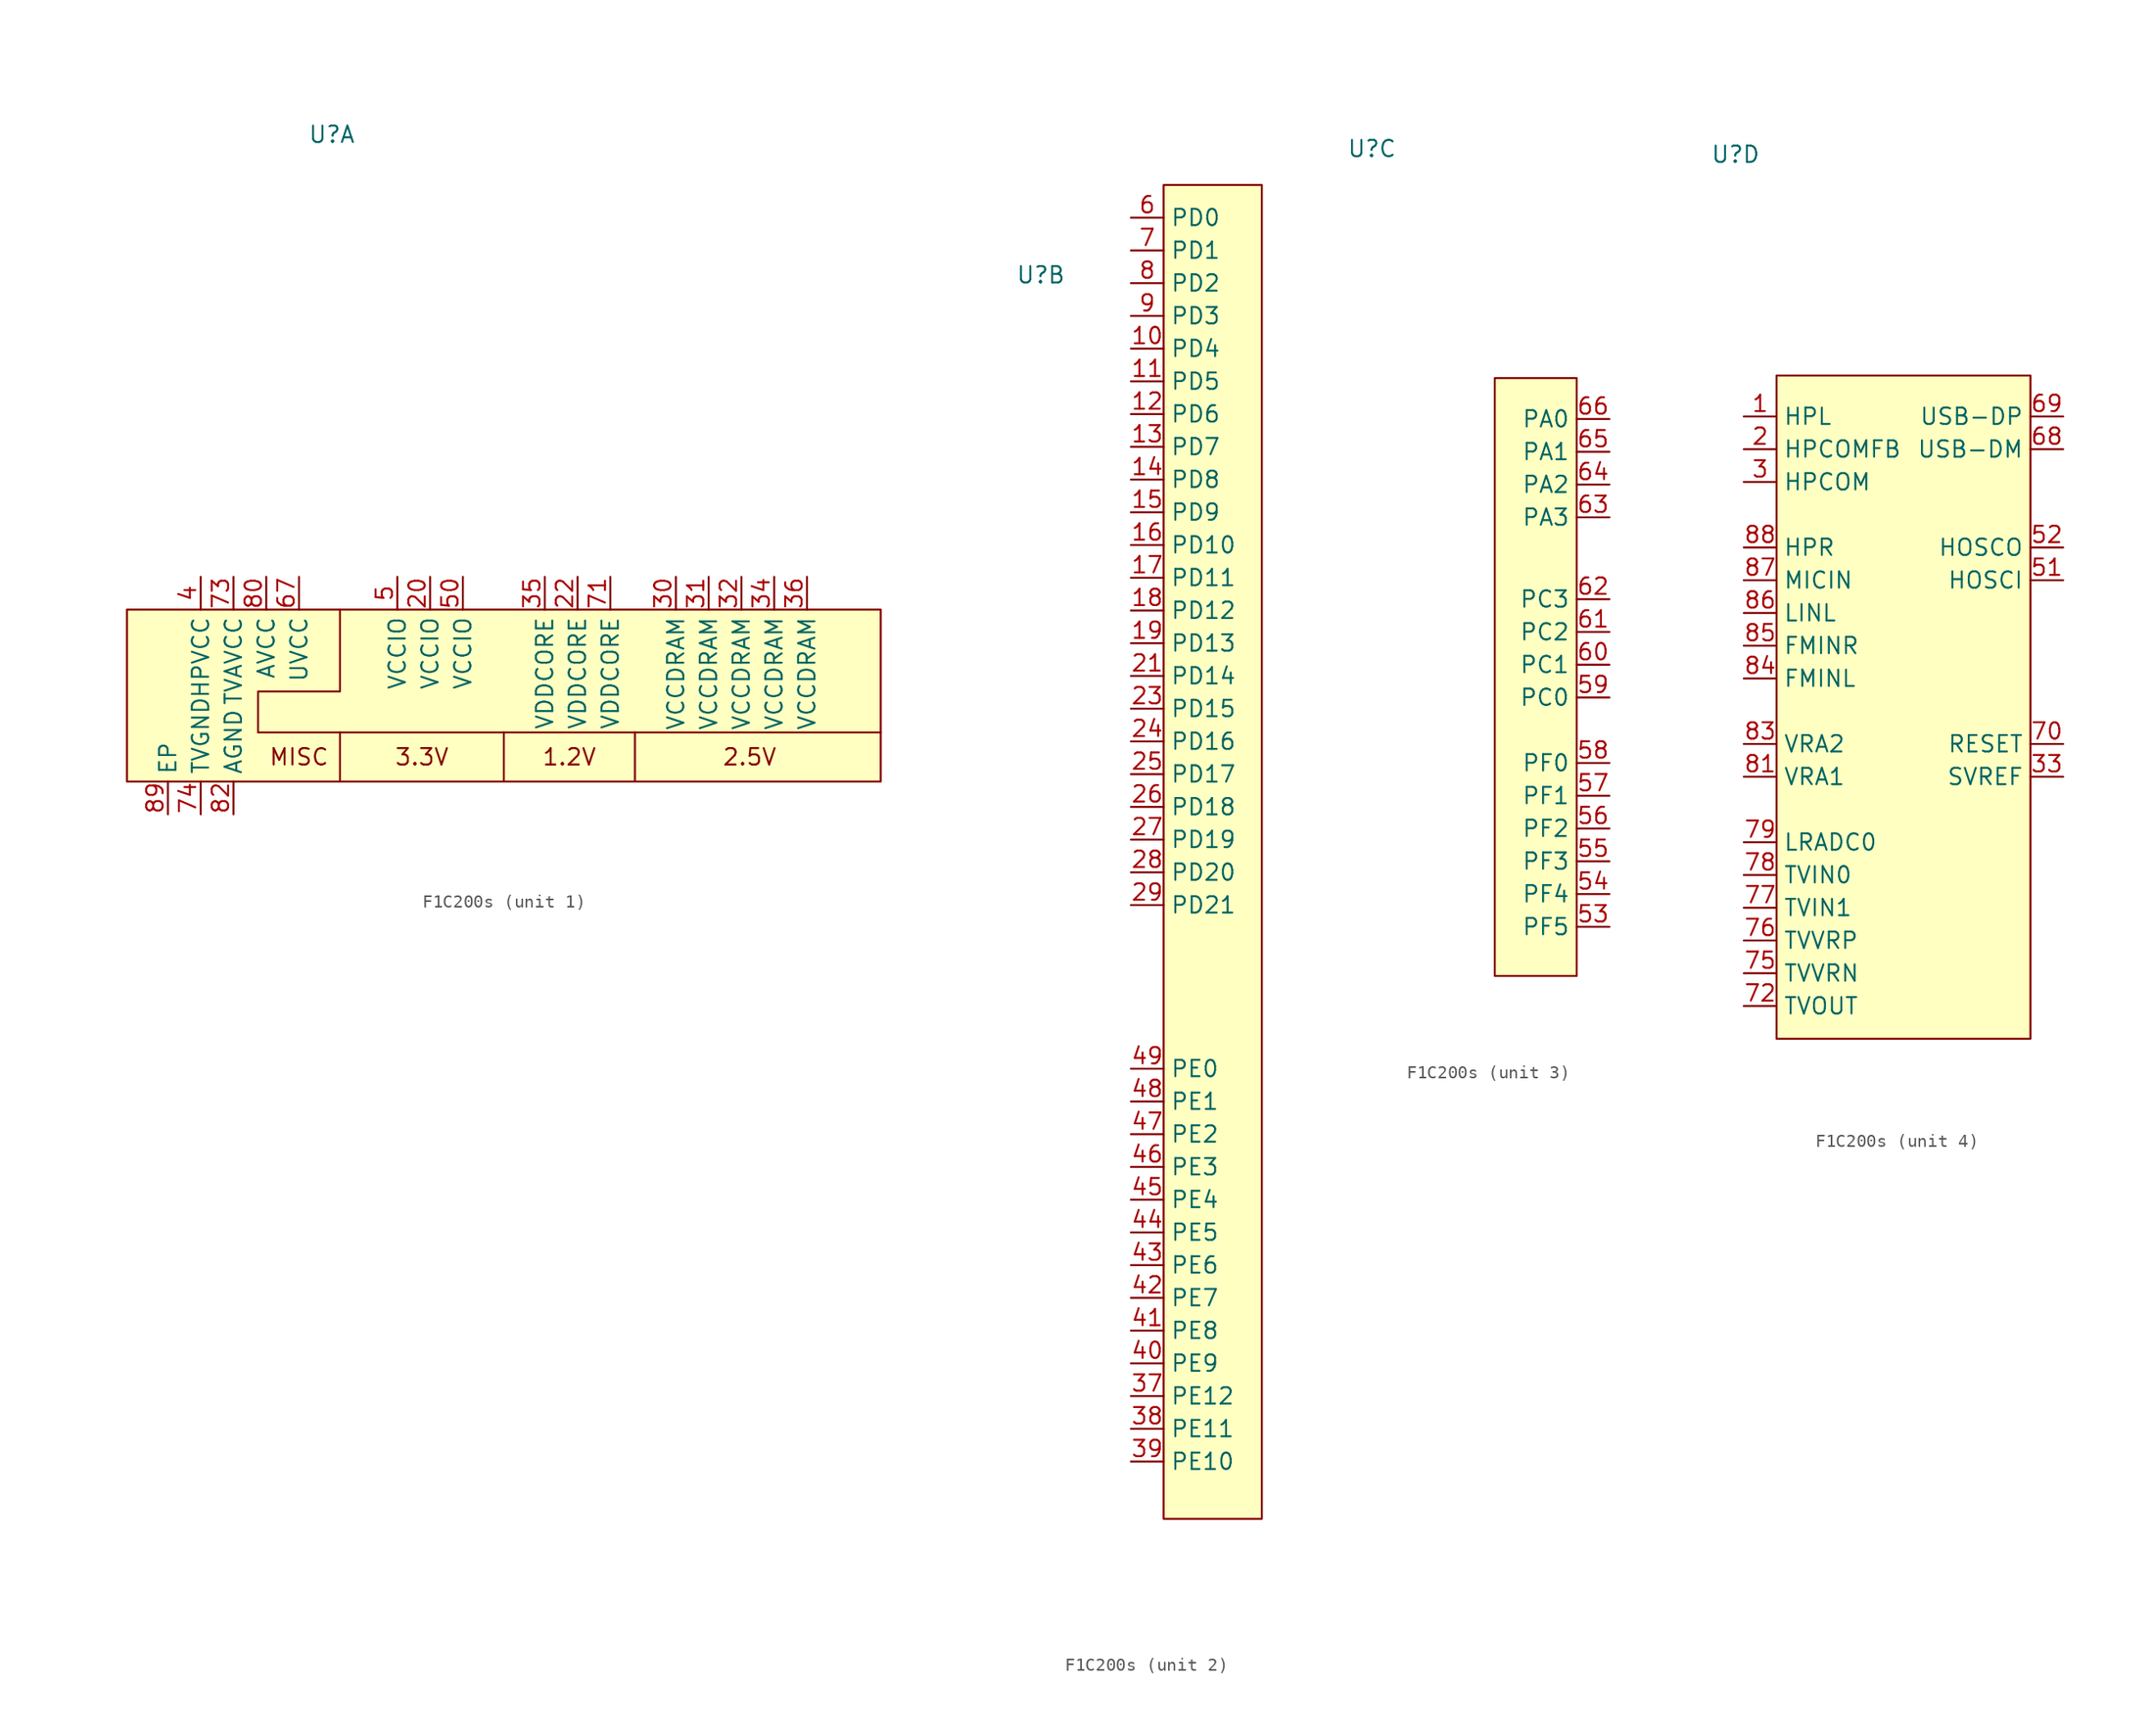
<source format=kicad_sym>
(kicad_symbol_lib
  (version 20220914)
  (generator kicad_symbol_editor)
  (symbol "F1C200s"
    (property "Reference" "U"
      (at -13.335 42.545 0)
      (effects (font (size 1.27 1.27))))
    (property "Value" ""
      (at -13.335 42.545 0)
      (effects (font (size 1.27 1.27))))
    (symbol "F1C200s_1_1"
      (rectangle (start -29.21 5.715) (end 29.21 -7.62) (stroke (width 0) (type default)) (fill (type background)))
      (polyline (pts (xy -19.05 -3.81) (xy 29.21 -3.81)) (stroke (width 0) (type default)) (fill (type none)))
      (polyline (pts (xy -12.7 -3.81) (xy -12.7 -7.62)) (stroke (width 0) (type default)) (fill (type none)))
      (polyline (pts (xy 0 -3.81) (xy 0 -7.62)) (stroke (width 0) (type default)) (fill (type none)))
      (polyline (pts (xy 10.16 -3.81) (xy 10.16 -7.62)) (stroke (width 0) (type default)) (fill (type none)))
      (polyline (pts (xy -19.05 -3.81) (xy -19.05 -0.635) (xy -12.7 -0.635) (xy -12.7 5.715)) (stroke (width 0) (type default)) (fill (type none)))
      (text "1.2V" (at 5.08 -5.715 0) (effects (font (size 1.27 1.27))))
      (text "2.5V" (at 19.05 -5.715 0) (effects (font (size 1.27 1.27))))
      (text "3.3V" (at -6.35 -5.715 0) (effects (font (size 1.27 1.27))))
      (text "MISC" (at -15.875 -5.715 0) (effects (font (size 1.27 1.27))))
      (pin power_in line (at -5.715 8.255 270) (length 2.54) (name "VCCIO" (effects (font (size 1.27 1.27)))) (number "20" (effects (font (size 1.27 1.27)))))
      (pin power_in line (at 5.715 8.255 270) (length 2.54) (name "VDDCORE" (effects (font (size 1.27 1.27)))) (number "22" (effects (font (size 1.27 1.27)))))
      (pin power_in line (at 13.335 8.255 270) (length 2.54) (name "VCCDRAM" (effects (font (size 1.27 1.27)))) (number "30" (effects (font (size 1.27 1.27)))))
      (pin power_in line (at 15.875 8.255 270) (length 2.54) (name "VCCDRAM" (effects (font (size 1.27 1.27)))) (number "31" (effects (font (size 1.27 1.27)))))
      (pin power_in line (at 18.415 8.255 270) (length 2.54) (name "VCCDRAM" (effects (font (size 1.27 1.27)))) (number "32" (effects (font (size 1.27 1.27)))))
      (pin power_in line (at 20.955 8.255 270) (length 2.54) (name "VCCDRAM" (effects (font (size 1.27 1.27)))) (number "34" (effects (font (size 1.27 1.27)))))
      (pin power_in line (at 3.175 8.255 270) (length 2.54) (name "VDDCORE" (effects (font (size 1.27 1.27)))) (number "35" (effects (font (size 1.27 1.27)))))
      (pin power_in line (at 23.495 8.255 270) (length 2.54) (name "VCCDRAM" (effects (font (size 1.27 1.27)))) (number "36" (effects (font (size 1.27 1.27)))))
      (pin power_in line (at -23.495 8.255 270) (length 2.54) (name "HPVCC" (effects (font (size 1.27 1.27)))) (number "4" (effects (font (size 1.27 1.27)))))
      (pin power_in line (at -8.255 8.255 270) (length 2.54) (name "VCCIO" (effects (font (size 1.27 1.27)))) (number "5" (effects (font (size 1.27 1.27)))))
      (pin power_in line (at -3.175 8.255 270) (length 2.54) (name "VCCIO" (effects (font (size 1.27 1.27)))) (number "50" (effects (font (size 1.27 1.27)))))
      (pin power_in line (at -15.875 8.255 270) (length 2.54) (name "UVCC" (effects (font (size 1.27 1.27)))) (number "67" (effects (font (size 1.27 1.27)))))
      (pin power_in line (at 8.255 8.255 270) (length 2.54) (name "VDDCORE" (effects (font (size 1.27 1.27)))) (number "71" (effects (font (size 1.27 1.27)))))
      (pin power_in line (at -20.955 8.255 270) (length 2.54) (name "TVAVCC" (effects (font (size 1.27 1.27)))) (number "73" (effects (font (size 1.27 1.27)))))
      (pin power_in line (at -23.495 -10.16 90) (length 2.54) (name "TVGND" (effects (font (size 1.27 1.27)))) (number "74" (effects (font (size 1.27 1.27)))))
      (pin power_in line (at -18.415 8.255 270) (length 2.54) (name "AVCC" (effects (font (size 1.27 1.27)))) (number "80" (effects (font (size 1.27 1.27)))))
      (pin power_in line (at -20.955 -10.16 90) (length 2.54) (name "AGND" (effects (font (size 1.27 1.27)))) (number "82" (effects (font (size 1.27 1.27)))))
      (pin power_in line (at -26.035 -10.16 90) (length 2.54) (name "EP" (effects (font (size 1.27 1.27)))) (number "89" (effects (font (size 1.27 1.27))))))
    (symbol "F1C200s_2_1"
      (rectangle (start -3.81 49.53) (end 3.81 -53.975) (stroke (width 0) (type default)) (fill (type background)))
      (pin bidirectional line (at -6.35 36.83 0) (length 2.54) (name "PD4" (effects (font (size 1.27 1.27)))) (number "10" (effects (font (size 1.27 1.27)))))
      (pin bidirectional line (at -6.35 34.29 0) (length 2.54) (name "PD5" (effects (font (size 1.27 1.27)))) (number "11" (effects (font (size 1.27 1.27)))))
      (pin bidirectional line (at -6.35 31.75 0) (length 2.54) (name "PD6" (effects (font (size 1.27 1.27)))) (number "12" (effects (font (size 1.27 1.27)))))
      (pin bidirectional line (at -6.35 29.21 0) (length 2.54) (name "PD7" (effects (font (size 1.27 1.27)))) (number "13" (effects (font (size 1.27 1.27)))))
      (pin bidirectional line (at -6.35 26.67 0) (length 2.54) (name "PD8" (effects (font (size 1.27 1.27)))) (number "14" (effects (font (size 1.27 1.27)))))
      (pin bidirectional line (at -6.35 24.13 0) (length 2.54) (name "PD9" (effects (font (size 1.27 1.27)))) (number "15" (effects (font (size 1.27 1.27)))))
      (pin bidirectional line (at -6.35 21.59 0) (length 2.54) (name "PD10" (effects (font (size 1.27 1.27)))) (number "16" (effects (font (size 1.27 1.27)))))
      (pin bidirectional line (at -6.35 19.05 0) (length 2.54) (name "PD11" (effects (font (size 1.27 1.27)))) (number "17" (effects (font (size 1.27 1.27)))))
      (pin bidirectional line (at -6.35 16.51 0) (length 2.54) (name "PD12" (effects (font (size 1.27 1.27)))) (number "18" (effects (font (size 1.27 1.27)))))
      (pin bidirectional line (at -6.35 13.97 0) (length 2.54) (name "PD13" (effects (font (size 1.27 1.27)))) (number "19" (effects (font (size 1.27 1.27)))))
      (pin bidirectional line (at -6.35 11.43 0) (length 2.54) (name "PD14" (effects (font (size 1.27 1.27)))) (number "21" (effects (font (size 1.27 1.27)))))
      (pin bidirectional line (at -6.35 8.89 0) (length 2.54) (name "PD15" (effects (font (size 1.27 1.27)))) (number "23" (effects (font (size 1.27 1.27)))))
      (pin bidirectional line (at -6.35 6.35 0) (length 2.54) (name "PD16" (effects (font (size 1.27 1.27)))) (number "24" (effects (font (size 1.27 1.27)))))
      (pin bidirectional line (at -6.35 3.81 0) (length 2.54) (name "PD17" (effects (font (size 1.27 1.27)))) (number "25" (effects (font (size 1.27 1.27)))))
      (pin bidirectional line (at -6.35 1.27 0) (length 2.54) (name "PD18" (effects (font (size 1.27 1.27)))) (number "26" (effects (font (size 1.27 1.27)))))
      (pin bidirectional line (at -6.35 -1.27 0) (length 2.54) (name "PD19" (effects (font (size 1.27 1.27)))) (number "27" (effects (font (size 1.27 1.27)))))
      (pin bidirectional line (at -6.35 -3.81 0) (length 2.54) (name "PD20" (effects (font (size 1.27 1.27)))) (number "28" (effects (font (size 1.27 1.27)))))
      (pin bidirectional line (at -6.35 -6.35 0) (length 2.54) (name "PD21" (effects (font (size 1.27 1.27)))) (number "29" (effects (font (size 1.27 1.27)))))
      (pin bidirectional line (at -6.35 -44.45 0) (length 2.54) (name "PE12" (effects (font (size 1.27 1.27)))) (number "37" (effects (font (size 1.27 1.27)))))
      (pin bidirectional line (at -6.35 -46.99 0) (length 2.54) (name "PE11" (effects (font (size 1.27 1.27)))) (number "38" (effects (font (size 1.27 1.27)))))
      (pin bidirectional line (at -6.35 -49.53 0) (length 2.54) (name "PE10" (effects (font (size 1.27 1.27)))) (number "39" (effects (font (size 1.27 1.27)))))
      (pin bidirectional line (at -6.35 -41.91 0) (length 2.54) (name "PE9" (effects (font (size 1.27 1.27)))) (number "40" (effects (font (size 1.27 1.27)))))
      (pin bidirectional line (at -6.35 -39.37 0) (length 2.54) (name "PE8" (effects (font (size 1.27 1.27)))) (number "41" (effects (font (size 1.27 1.27)))))
      (pin bidirectional line (at -6.35 -36.83 0) (length 2.54) (name "PE7" (effects (font (size 1.27 1.27)))) (number "42" (effects (font (size 1.27 1.27)))))
      (pin bidirectional line (at -6.35 -34.29 0) (length 2.54) (name "PE6" (effects (font (size 1.27 1.27)))) (number "43" (effects (font (size 1.27 1.27)))))
      (pin bidirectional line (at -6.35 -31.75 0) (length 2.54) (name "PE5" (effects (font (size 1.27 1.27)))) (number "44" (effects (font (size 1.27 1.27)))))
      (pin bidirectional line (at -6.35 -29.21 0) (length 2.54) (name "PE4" (effects (font (size 1.27 1.27)))) (number "45" (effects (font (size 1.27 1.27)))))
      (pin bidirectional line (at -6.35 -26.67 0) (length 2.54) (name "PE3" (effects (font (size 1.27 1.27)))) (number "46" (effects (font (size 1.27 1.27)))))
      (pin bidirectional line (at -6.35 -24.13 0) (length 2.54) (name "PE2" (effects (font (size 1.27 1.27)))) (number "47" (effects (font (size 1.27 1.27)))))
      (pin bidirectional line (at -6.35 -21.59 0) (length 2.54) (name "PE1" (effects (font (size 1.27 1.27)))) (number "48" (effects (font (size 1.27 1.27)))))
      (pin bidirectional line (at -6.35 -19.05 0) (length 2.54) (name "PE0" (effects (font (size 1.27 1.27)))) (number "49" (effects (font (size 1.27 1.27)))))
      (pin bidirectional line (at -6.35 46.99 0) (length 2.54) (name "PD0" (effects (font (size 1.27 1.27)))) (number "6" (effects (font (size 1.27 1.27)))))
      (pin bidirectional line (at -6.35 44.45 0) (length 2.54) (name "PD1" (effects (font (size 1.27 1.27)))) (number "7" (effects (font (size 1.27 1.27)))))
      (pin bidirectional line (at -6.35 41.91 0) (length 2.54) (name "PD2" (effects (font (size 1.27 1.27)))) (number "8" (effects (font (size 1.27 1.27)))))
      (pin bidirectional line (at -6.35 39.37 0) (length 2.54) (name "PD3" (effects (font (size 1.27 1.27)))) (number "9" (effects (font (size 1.27 1.27))))))
    (symbol "F1C200s_3_1"
      (rectangle (start -3.81 24.765) (end 2.54 -21.59) (stroke (width 0) (type default)) (fill (type background)))
      (pin bidirectional line (at 5.08 -17.78 180) (length 2.54) (name "PF5" (effects (font (size 1.27 1.27)))) (number "53" (effects (font (size 1.27 1.27)))))
      (pin bidirectional line (at 5.08 -15.24 180) (length 2.54) (name "PF4" (effects (font (size 1.27 1.27)))) (number "54" (effects (font (size 1.27 1.27)))))
      (pin bidirectional line (at 5.08 -12.7 180) (length 2.54) (name "PF3" (effects (font (size 1.27 1.27)))) (number "55" (effects (font (size 1.27 1.27)))))
      (pin bidirectional line (at 5.08 -10.16 180) (length 2.54) (name "PF2" (effects (font (size 1.27 1.27)))) (number "56" (effects (font (size 1.27 1.27)))))
      (pin bidirectional line (at 5.08 -7.62 180) (length 2.54) (name "PF1" (effects (font (size 1.27 1.27)))) (number "57" (effects (font (size 1.27 1.27)))))
      (pin bidirectional line (at 5.08 -5.08 180) (length 2.54) (name "PF0" (effects (font (size 1.27 1.27)))) (number "58" (effects (font (size 1.27 1.27)))))
      (pin bidirectional line (at 5.08 0 180) (length 2.54) (name "PC0" (effects (font (size 1.27 1.27)))) (number "59" (effects (font (size 1.27 1.27)))))
      (pin bidirectional line (at 5.08 2.54 180) (length 2.54) (name "PC1" (effects (font (size 1.27 1.27)))) (number "60" (effects (font (size 1.27 1.27)))))
      (pin bidirectional line (at 5.08 5.08 180) (length 2.54) (name "PC2" (effects (font (size 1.27 1.27)))) (number "61" (effects (font (size 1.27 1.27)))))
      (pin bidirectional line (at 5.08 7.62 180) (length 2.54) (name "PC3" (effects (font (size 1.27 1.27)))) (number "62" (effects (font (size 1.27 1.27)))))
      (pin bidirectional line (at 5.08 13.97 180) (length 2.54) (name "PA3" (effects (font (size 1.27 1.27)))) (number "63" (effects (font (size 1.27 1.27)))))
      (pin bidirectional line (at 5.08 16.51 180) (length 2.54) (name "PA2" (effects (font (size 1.27 1.27)))) (number "64" (effects (font (size 1.27 1.27)))))
      (pin bidirectional line (at 5.08 19.05 180) (length 2.54) (name "PA1" (effects (font (size 1.27 1.27)))) (number "65" (effects (font (size 1.27 1.27)))))
      (pin bidirectional line (at 5.08 21.59 180) (length 2.54) (name "PA0" (effects (font (size 1.27 1.27)))) (number "66" (effects (font (size 1.27 1.27))))))
    (symbol "F1C200s_4_1"
      (rectangle (start -10.16 25.4) (end 9.525 -26.035) (stroke (width 0) (type default)) (fill (type background)))
      (pin bidirectional line (at -12.7 22.225 0) (length 2.54) (name "HPL" (effects (font (size 1.27 1.27)))) (number "1" (effects (font (size 1.27 1.27)))))
      (pin bidirectional line (at -12.7 19.685 0) (length 2.54) (name "HPCOMFB" (effects (font (size 1.27 1.27)))) (number "2" (effects (font (size 1.27 1.27)))))
      (pin bidirectional line (at -12.7 17.145 0) (length 2.54) (name "HPCOM" (effects (font (size 1.27 1.27)))) (number "3" (effects (font (size 1.27 1.27)))))
      (pin bidirectional line (at 12.065 -5.715 180) (length 2.54) (name "SVREF" (effects (font (size 1.27 1.27)))) (number "33" (effects (font (size 1.27 1.27)))))
      (pin bidirectional line (at 12.065 9.525 180) (length 2.54) (name "HOSCI" (effects (font (size 1.27 1.27)))) (number "51" (effects (font (size 1.27 1.27)))))
      (pin bidirectional line (at 12.065 12.065 180) (length 2.54) (name "HOSCO" (effects (font (size 1.27 1.27)))) (number "52" (effects (font (size 1.27 1.27)))))
      (pin bidirectional line (at 12.065 19.685 180) (length 2.54) (name "USB-DM" (effects (font (size 1.27 1.27)))) (number "68" (effects (font (size 1.27 1.27)))))
      (pin bidirectional line (at 12.065 22.225 180) (length 2.54) (name "USB-DP" (effects (font (size 1.27 1.27)))) (number "69" (effects (font (size 1.27 1.27)))))
      (pin bidirectional line (at 12.065 -3.175 180) (length 2.54) (name "RESET" (effects (font (size 1.27 1.27)))) (number "70" (effects (font (size 1.27 1.27)))))
      (pin bidirectional line (at -12.7 -23.495 0) (length 2.54) (name "TVOUT" (effects (font (size 1.27 1.27)))) (number "72" (effects (font (size 1.27 1.27)))))
      (pin bidirectional line (at -12.7 -20.955 0) (length 2.54) (name "TVVRN" (effects (font (size 1.27 1.27)))) (number "75" (effects (font (size 1.27 1.27)))))
      (pin bidirectional line (at -12.7 -18.415 0) (length 2.54) (name "TVVRP" (effects (font (size 1.27 1.27)))) (number "76" (effects (font (size 1.27 1.27)))))
      (pin bidirectional line (at -12.7 -15.875 0) (length 2.54) (name "TVIN1" (effects (font (size 1.27 1.27)))) (number "77" (effects (font (size 1.27 1.27)))))
      (pin bidirectional line (at -12.7 -13.335 0) (length 2.54) (name "TVIN0" (effects (font (size 1.27 1.27)))) (number "78" (effects (font (size 1.27 1.27)))))
      (pin bidirectional line (at -12.7 -10.795 0) (length 2.54) (name "LRADC0" (effects (font (size 1.27 1.27)))) (number "79" (effects (font (size 1.27 1.27)))))
      (pin bidirectional line (at -12.7 -5.715 0) (length 2.54) (name "VRA1" (effects (font (size 1.27 1.27)))) (number "81" (effects (font (size 1.27 1.27)))))
      (pin bidirectional line (at -12.7 -3.175 0) (length 2.54) (name "VRA2" (effects (font (size 1.27 1.27)))) (number "83" (effects (font (size 1.27 1.27)))))
      (pin bidirectional line (at -12.7 1.905 0) (length 2.54) (name "FMINL" (effects (font (size 1.27 1.27)))) (number "84" (effects (font (size 1.27 1.27)))))
      (pin bidirectional line (at -12.7 4.445 0) (length 2.54) (name "FMINR" (effects (font (size 1.27 1.27)))) (number "85" (effects (font (size 1.27 1.27)))))
      (pin bidirectional line (at -12.7 6.985 0) (length 2.54) (name "LINL" (effects (font (size 1.27 1.27)))) (number "86" (effects (font (size 1.27 1.27)))))
      (pin bidirectional line (at -12.7 9.525 0) (length 2.54) (name "MICIN" (effects (font (size 1.27 1.27)))) (number "87" (effects (font (size 1.27 1.27)))))
      (pin bidirectional line (at -12.7 12.065 0) (length 2.54) (name "HPR" (effects (font (size 1.27 1.27)))) (number "88" (effects (font (size 1.27 1.27))))))))
</source>
